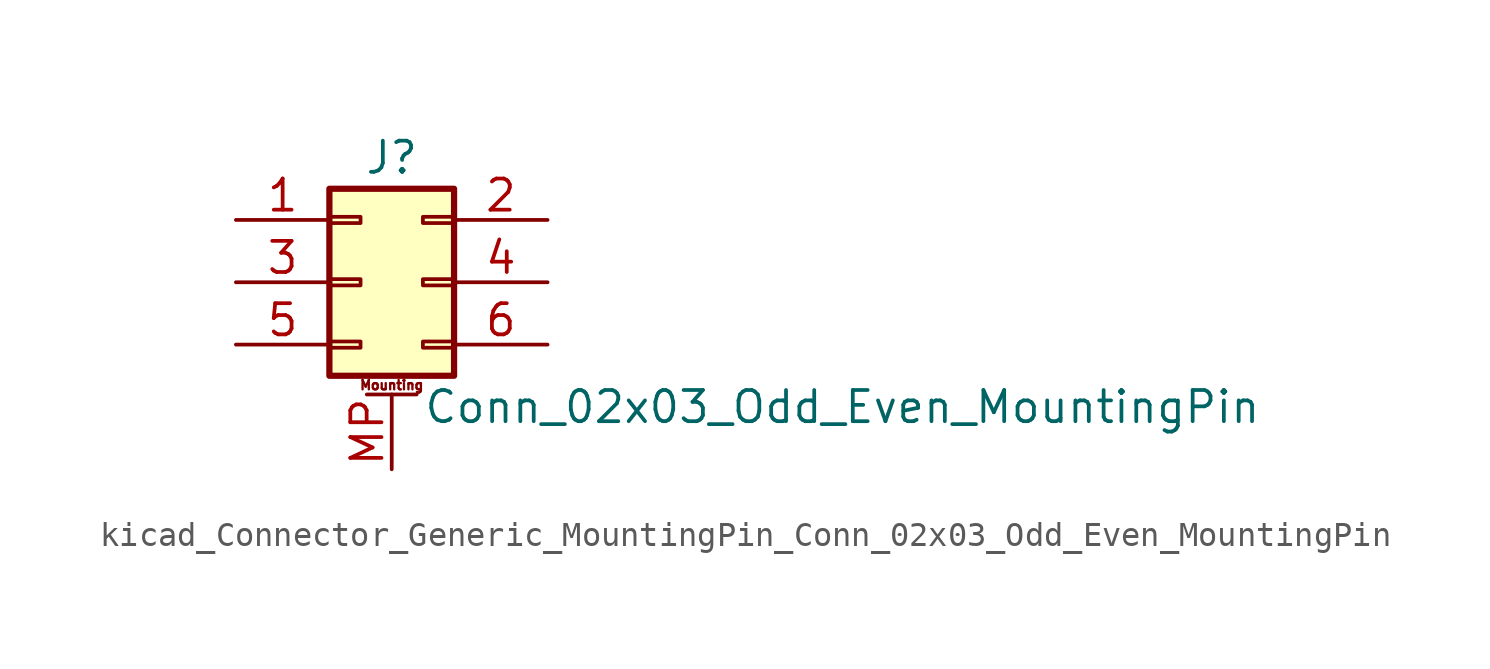
<source format=kicad_sym>
(kicad_symbol_lib
  (version 20220914)
  (generator kicad_symbol_editor)
  (symbol "kicad_Connector_Generic_MountingPin_Conn_02x03_Odd_Even_MountingPin"
    (pin_names
      (offset 1.016) hide)
    (property "Reference" "J"
      (at 1.27 5.08 0)
      (effects (font (size 1.27 1.27))))
    (property "Value" "Conn_02x03_Odd_Even_MountingPin"
      (at 2.54 -5.08 0)
      (effects (font (size 1.27 1.27)) (justify left)))
    (symbol "kicad_Connector_Generic_MountingPin_Conn_02x03_Odd_Even_MountingPin_1_1"
      (rectangle (start -1.27 -2.413) (end 0 -2.667) (stroke (width 0.152) (type default)) (fill (type none)))
      (rectangle (start -1.27 0.127) (end 0 -0.127) (stroke (width 0.152) (type default)) (fill (type none)))
      (rectangle (start -1.27 2.667) (end 0 2.413) (stroke (width 0.152) (type default)) (fill (type none)))
      (rectangle (start -1.27 3.81) (end 3.81 -3.81) (stroke (width 0.254) (type default)) (fill (type background)))
      (polyline (pts (xy 0.254 -4.572) (xy 2.286 -4.572)) (stroke (width 0.152) (type default)) (fill (type none)))
      (rectangle (start 3.81 -2.413) (end 2.54 -2.667) (stroke (width 0.152) (type default)) (fill (type none)))
      (rectangle (start 3.81 0.127) (end 2.54 -0.127) (stroke (width 0.152) (type default)) (fill (type none)))
      (rectangle (start 3.81 2.667) (end 2.54 2.413) (stroke (width 0.152) (type default)) (fill (type none)))
      (text "Mounting" (at 1.27 -4.191 0) (effects (font (size 0.381 0.381))))
      (pin passive line (at -5.08 2.54 0) (length 3.81) (name "Pin_1" (effects (font (size 1.27 1.27)))) (number "1" (effects (font (size 1.27 1.27)))))
      (pin passive line (at 7.62 2.54 180) (length 3.81) (name "Pin_2" (effects (font (size 1.27 1.27)))) (number "2" (effects (font (size 1.27 1.27)))))
      (pin passive line (at -5.08 0 0) (length 3.81) (name "Pin_3" (effects (font (size 1.27 1.27)))) (number "3" (effects (font (size 1.27 1.27)))))
      (pin passive line (at 7.62 0 180) (length 3.81) (name "Pin_4" (effects (font (size 1.27 1.27)))) (number "4" (effects (font (size 1.27 1.27)))))
      (pin passive line (at -5.08 -2.54 0) (length 3.81) (name "Pin_5" (effects (font (size 1.27 1.27)))) (number "5" (effects (font (size 1.27 1.27)))))
      (pin passive line (at 7.62 -2.54 180) (length 3.81) (name "Pin_6" (effects (font (size 1.27 1.27)))) (number "6" (effects (font (size 1.27 1.27)))))
      (pin passive line (at 1.27 -7.62 90) (length 3.048) (name "MountPin" (effects (font (size 1.27 1.27)))) (number "MP" (effects (font (size 1.27 1.27))))))))
</source>
